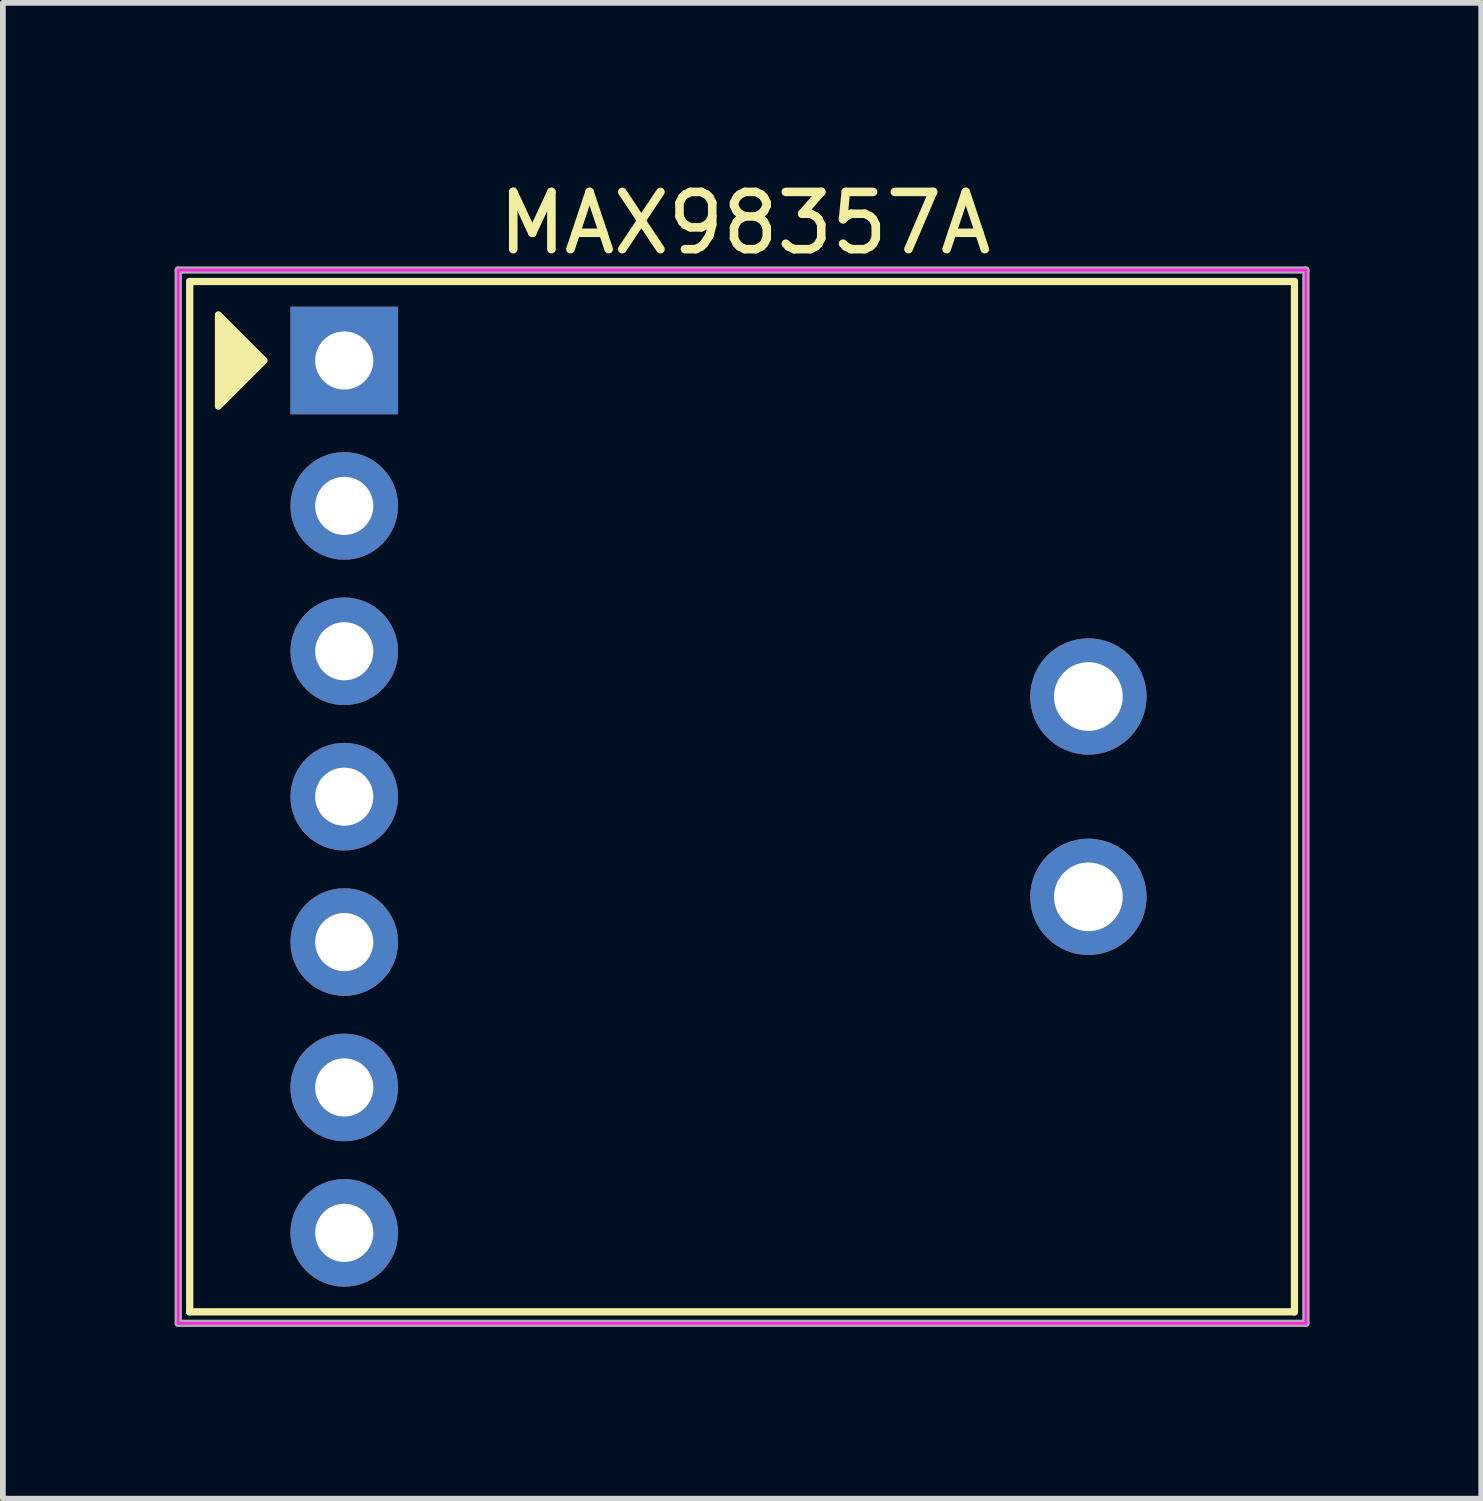
<source format=kicad_pcb>
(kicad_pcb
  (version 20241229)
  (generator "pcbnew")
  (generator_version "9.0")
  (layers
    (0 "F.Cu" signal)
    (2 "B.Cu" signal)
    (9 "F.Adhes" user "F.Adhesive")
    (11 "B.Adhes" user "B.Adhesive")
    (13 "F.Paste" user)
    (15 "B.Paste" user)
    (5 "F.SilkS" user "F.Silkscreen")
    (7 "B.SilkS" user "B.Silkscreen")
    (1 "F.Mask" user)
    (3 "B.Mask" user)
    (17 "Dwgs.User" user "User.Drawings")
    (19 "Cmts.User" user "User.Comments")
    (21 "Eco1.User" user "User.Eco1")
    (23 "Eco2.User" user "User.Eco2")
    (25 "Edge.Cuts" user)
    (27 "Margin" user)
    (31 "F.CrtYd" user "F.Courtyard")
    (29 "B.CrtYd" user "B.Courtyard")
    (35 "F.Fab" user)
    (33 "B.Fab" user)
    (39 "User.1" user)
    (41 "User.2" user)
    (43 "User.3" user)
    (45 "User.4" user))
  (footprint "MAX98357A"
    (layer "F.Cu")
    (at 9.864 10.868)
    (property "Reference" "MAX98357A" (at 0.1 -10.02 0) (layer "F.SilkS") (effects (font (size 1 1) (thickness 0.15))))
    (attr through_hole)
    (fp_line (start -9.6 -9) (end 9.7 -9) (stroke (width 0.127) (type solid)) (layer "F.SilkS"))
    (fp_line (start -9.6 9) (end -9.6 -9) (stroke (width 0.127) (type solid)) (layer "F.SilkS"))
    (fp_line (start 9.7 -9) (end 9.7 9) (stroke (width 0.127) (type solid)) (layer "F.SilkS"))
    (fp_line (start 9.7 9) (end -9.6 9) (stroke (width 0.127) (type solid)) (layer "F.SilkS"))
    (fp_poly (pts (xy -8.3 -7.62) (xy -9.1 -8.42) (xy -9.1 -6.82)) (stroke (width 0.12) (type solid)) (fill yes) (layer "F.SilkS"))
    (fp_line (start -9.8 -9.2) (end 9.9 -9.2) (stroke (width 0.05) (type solid)) (layer "F.CrtYd"))
    (fp_line (start -9.8 9.2) (end -9.8 -9.2) (stroke (width 0.05) (type solid)) (layer "F.CrtYd"))
    (fp_line (start 9.9 -9.2) (end 9.9 9.2) (stroke (width 0.05) (type solid)) (layer "F.CrtYd"))
    (fp_line (start 9.9 9.2) (end -9.8 9.2) (stroke (width 0.05) (type solid)) (layer "F.CrtYd"))
    (fp_line (start -9.8 -9.2) (end 9.9 -9.2) (stroke (width 0.127) (type solid)) (layer "F.Fab"))
    (fp_line (start -9.8 9.2) (end -9.8 -9.2) (stroke (width 0.127) (type solid)) (layer "F.Fab"))
    (fp_line (start 9.9 -9.2) (end 9.9 9.2) (stroke (width 0.127) (type solid)) (layer "F.Fab"))
    (fp_line (start 9.9 9.2) (end -9.8 9.2) (stroke (width 0.127) (type solid)) (layer "F.Fab"))
    (pad "J1_1" thru_hole circle (at 6.1 1.75) (size 2.032 2.032) (drill 1.2) (layers "*.Cu" "*.Mask"))
    (pad "J1_2" thru_hole circle (at 6.1 -1.75) (size 2.032 2.032) (drill 1.2) (layers "*.Cu" "*.Mask"))
    (pad "J2_1" thru_hole rect (at -6.9 -7.62) (size 1.88 1.88) (drill 1.016) (layers "*.Cu" "*.Mask"))
    (pad "J2_2" thru_hole circle (at -6.9 -5.08) (size 1.88 1.88) (drill 1.016) (layers "*.Cu" "*.Mask"))
    (pad "J2_3" thru_hole circle (at -6.9 -2.54) (size 1.88 1.88) (drill 1.016) (layers "*.Cu" "*.Mask"))
    (pad "J2_4" thru_hole circle (at -6.9 0) (size 1.88 1.88) (drill 1.016) (layers "*.Cu" "*.Mask"))
    (pad "J2_5" thru_hole circle (at -6.9 2.54) (size 1.88 1.88) (drill 1.016) (layers "*.Cu" "*.Mask"))
    (pad "J2_6" thru_hole circle (at -6.9 5.08) (size 1.88 1.88) (drill 1.016) (layers "*.Cu" "*.Mask"))
    (pad "J2_7" thru_hole circle (at -6.9 7.62) (size 1.88 1.88) (drill 1.016) (layers "*.Cu" "*.Mask")))
  (gr_rect
    (start -3 -3)
    (end 22.827 23.132)
    (stroke (width 0.1) (type default))
    (fill no)
    (layer "Edge.Cuts")))
</source>
